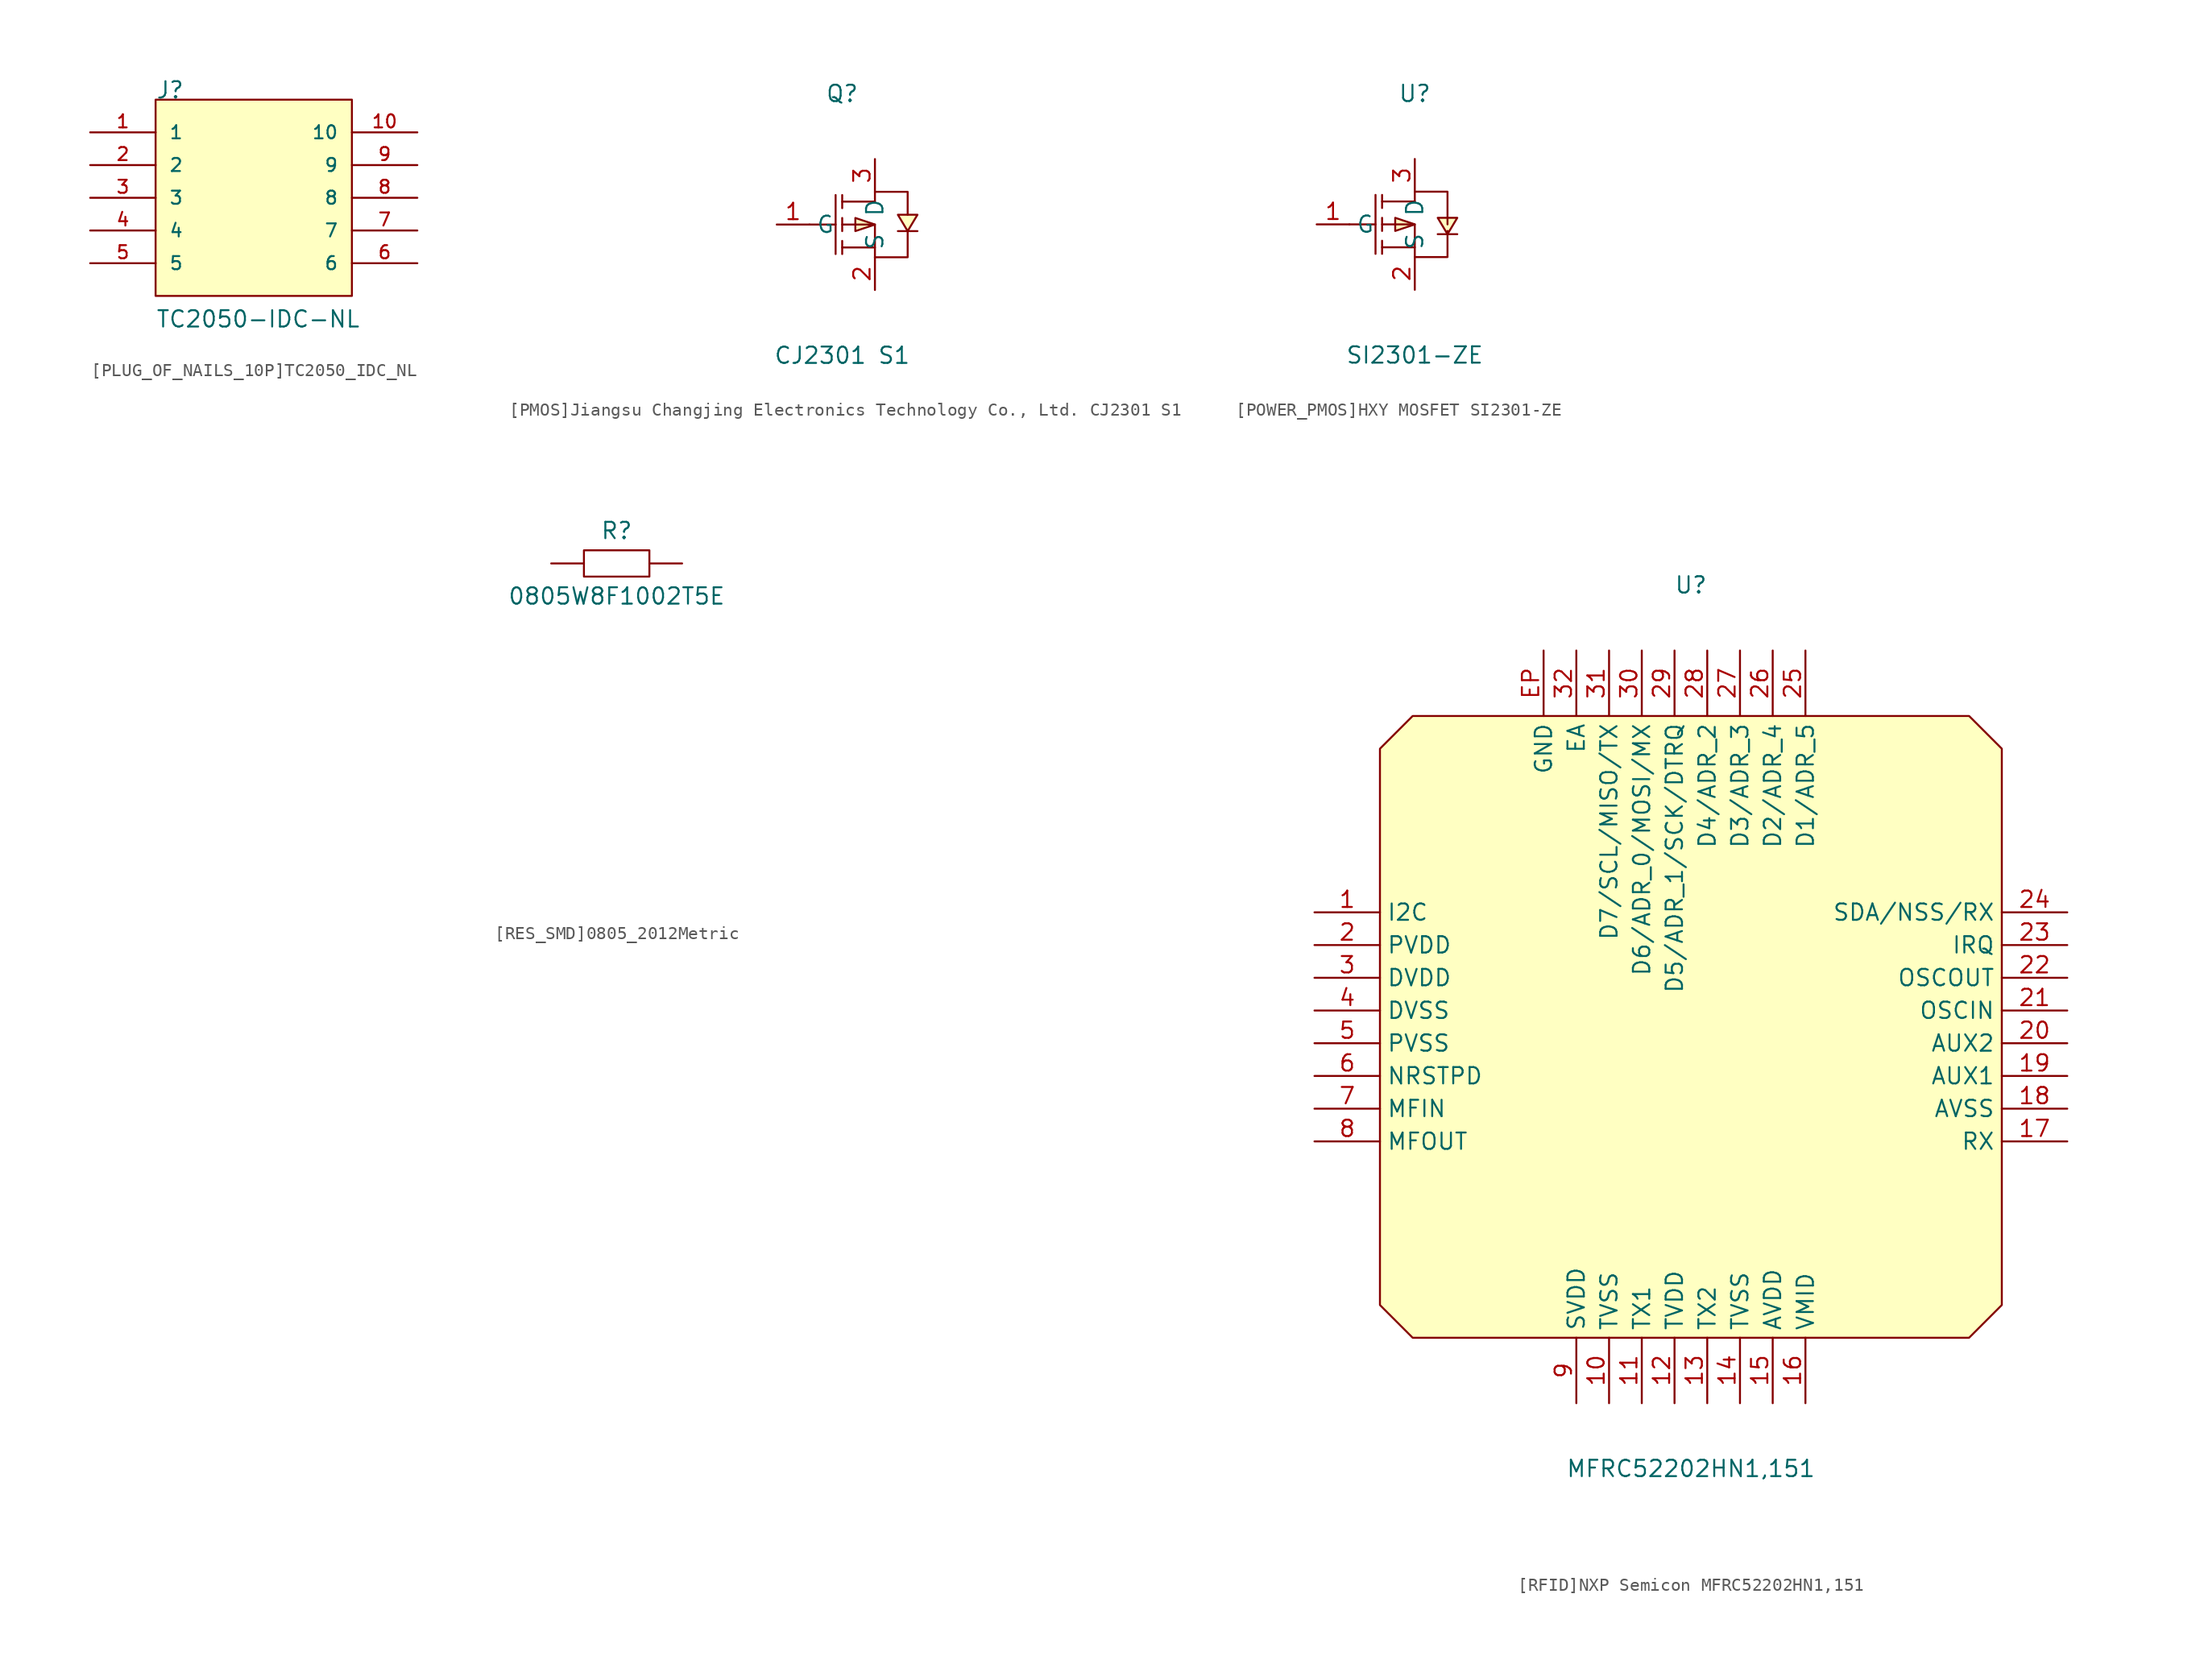
<source format=kicad_sym>
(kicad_symbol_lib
  (version 20220914)
  (generator kicad_symbol_editor)
  (symbol "[PLUG_OF_NAILS_10P]TC2050_IDC_NL"
    (pin_names
      (offset 1.016))
    (property "Reference" "J"
      (at -7.62 7.62 0)
      (effects (font (size 1.27 1.27)) (justify left bottom)))
    (property "Value" "TC2050-IDC-NL"
      (at -7.62 -10.16 0)
      (effects (font (size 1.27 1.27)) (justify left bottom)))
    (symbol "[PLUG_OF_NAILS_10P]TC2050_IDC_NL_0_1"
      (rectangle (start -7.62 7.62) (end 7.62 -7.62) (stroke (width 0.152) (type default)) (fill (type background)))
      (pin passive line (at -12.7 5.08 0) (length 5.08) (name "1" (effects (font (size 1.016 1.016)))) (number "1" (effects (font (size 1.016 1.016)))))
      (pin passive line (at 12.7 5.08 180) (length 5.08) (name "10" (effects (font (size 1.016 1.016)))) (number "10" (effects (font (size 1.016 1.016)))))
      (pin passive line (at -12.7 2.54 0) (length 5.08) (name "2" (effects (font (size 1.016 1.016)))) (number "2" (effects (font (size 1.016 1.016)))))
      (pin passive line (at -12.7 0 0) (length 5.08) (name "3" (effects (font (size 1.016 1.016)))) (number "3" (effects (font (size 1.016 1.016)))))
      (pin passive line (at -12.7 -2.54 0) (length 5.08) (name "4" (effects (font (size 1.016 1.016)))) (number "4" (effects (font (size 1.016 1.016)))))
      (pin passive line (at -12.7 -5.08 0) (length 5.08) (name "5" (effects (font (size 1.016 1.016)))) (number "5" (effects (font (size 1.016 1.016)))))
      (pin passive line (at 12.7 -5.08 180) (length 5.08) (name "6" (effects (font (size 1.016 1.016)))) (number "6" (effects (font (size 1.016 1.016)))))
      (pin passive line (at 12.7 -2.54 180) (length 5.08) (name "7" (effects (font (size 1.016 1.016)))) (number "7" (effects (font (size 1.016 1.016)))))
      (pin passive line (at 12.7 0 180) (length 5.08) (name "8" (effects (font (size 1.016 1.016)))) (number "8" (effects (font (size 1.016 1.016)))))
      (pin passive line (at 12.7 2.54 180) (length 5.08) (name "9" (effects (font (size 1.016 1.016)))) (number "9" (effects (font (size 1.016 1.016)))))))
  (symbol "[PMOS]Jiangsu Changjing Electronics Technology Co., Ltd. CJ2301 S1"
    (property "Reference" "Q"
      (at 0 10.16 0)
      (effects (font (size 1.27 1.27))))
    (property "Value" "CJ2301 S1"
      (at 0 -10.16 0)
      (effects (font (size 1.27 1.27))))
    (symbol "[PMOS]Jiangsu Changjing Electronics Technology Co., Ltd. CJ2301 S1_0_1"
      (polyline (pts (xy -2.54 0) (xy -0.51 0)) (stroke (width 0) (type default)) (fill (type none)))
      (polyline (pts (xy -0.51 2.29) (xy -0.51 -2.29)) (stroke (width 0) (type default)) (fill (type none)))
      (polyline (pts (xy 0 -2.29) (xy 0 -1.27)) (stroke (width 0) (type default)) (fill (type none)))
      (polyline (pts (xy 0 -0.51) (xy 0 0.51)) (stroke (width 0) (type default)) (fill (type none)))
      (polyline (pts (xy 0 1.27) (xy 0 2.29)) (stroke (width 0) (type default)) (fill (type none)))
      (polyline (pts (xy 2.54 -1.78) (xy 0 -1.78)) (stroke (width 0) (type default)) (fill (type none)))
      (polyline (pts (xy 2.54 1.78) (xy 0 1.78)) (stroke (width 0) (type default)) (fill (type none)))
      (polyline (pts (xy 0 0) (xy 2.54 0) (xy 2.54 -2.54)) (stroke (width 0) (type default)) (fill (type none)))
      (polyline (pts (xy 2.54 -2.54) (xy 5.08 -2.54) (xy 5.08 -0.51)) (stroke (width 0) (type default)) (fill (type none)))
      (polyline (pts (xy 2.54 0) (xy 1.02 0.51) (xy 1.02 -0.51) (xy 2.54 0)) (stroke (width 0) (type default)) (fill (type background)))
      (polyline (pts (xy 2.54 1.78) (xy 2.54 2.54) (xy 5.08 2.54) (xy 5.08 0.76)) (stroke (width 0) (type default)) (fill (type none)))
      (polyline (pts (xy 5.08 -0.51) (xy 5.84 0.76) (xy 4.32 0.76) (xy 5.08 -0.51)) (stroke (width 0) (type default)) (fill (type background)))
      (polyline (pts (xy 5.84 -0.51) (xy 5.59 -0.51) (xy 4.57 -0.51) (xy 4.32 -0.51)) (stroke (width 0) (type default)) (fill (type none)))
      (pin unspecified line (at -5.08 0 0) (length 2.54) (name "G" (effects (font (size 1.27 1.27)))) (number "1" (effects (font (size 1.27 1.27)))))
      (pin unspecified line (at 2.54 -5.08 90) (length 2.54) (name "S" (effects (font (size 1.27 1.27)))) (number "2" (effects (font (size 1.27 1.27)))))
      (pin unspecified line (at 2.54 5.08 270) (length 2.54) (name "D" (effects (font (size 1.27 1.27)))) (number "3" (effects (font (size 1.27 1.27)))))))
  (symbol "[POWER_PMOS]HXY MOSFET SI2301-ZE"
    (property "Reference" "U"
      (at 0 10.16 0)
      (effects (font (size 1.27 1.27))))
    (property "Value" "SI2301-ZE"
      (at 0 -10.16 0)
      (effects (font (size 1.27 1.27))))
    (symbol "[POWER_PMOS]HXY MOSFET SI2301-ZE_0_1"
      (polyline (pts (xy -5.08 0) (xy -3.05 0)) (stroke (width 0) (type default)) (fill (type none)))
      (polyline (pts (xy -3.05 2.29) (xy -3.05 -2.29)) (stroke (width 0) (type default)) (fill (type none)))
      (polyline (pts (xy -2.54 -2.29) (xy -2.54 -1.27)) (stroke (width 0) (type default)) (fill (type none)))
      (polyline (pts (xy -2.54 -0.51) (xy -2.54 0.51)) (stroke (width 0) (type default)) (fill (type none)))
      (polyline (pts (xy -2.54 1.27) (xy -2.54 2.29)) (stroke (width 0) (type default)) (fill (type none)))
      (polyline (pts (xy 0 -1.78) (xy -2.54 -1.78)) (stroke (width 0) (type default)) (fill (type none)))
      (polyline (pts (xy 0 1.78) (xy -2.54 1.78)) (stroke (width 0) (type default)) (fill (type none)))
      (polyline (pts (xy -2.54 0) (xy 0 0) (xy 0 -2.54)) (stroke (width 0) (type default)) (fill (type none)))
      (polyline (pts (xy 0 -2.54) (xy 2.54 -2.54) (xy 2.54 -0.51)) (stroke (width 0) (type default)) (fill (type none)))
      (polyline (pts (xy 0 0) (xy -1.52 0.51) (xy -1.52 -0.51) (xy 0 0)) (stroke (width 0) (type default)) (fill (type background)))
      (polyline (pts (xy 0 1.78) (xy 0 2.54) (xy 2.54 2.54) (xy 2.54 0)) (stroke (width 0) (type default)) (fill (type none)))
      (polyline (pts (xy 1.78 -0.76) (xy 2.03 -0.76) (xy 3.05 -0.76) (xy 3.3 -0.76)) (stroke (width 0) (type default)) (fill (type none)))
      (polyline (pts (xy 2.54 -0.76) (xy 1.78 0.51) (xy 3.3 0.51) (xy 2.54 -0.76)) (stroke (width 0) (type default)) (fill (type background)))
      (pin unspecified line (at -7.62 0 0) (length 2.54) (name "G" (effects (font (size 1.27 1.27)))) (number "1" (effects (font (size 1.27 1.27)))))
      (pin unspecified line (at 0 -5.08 90) (length 2.54) (name "S" (effects (font (size 1.27 1.27)))) (number "2" (effects (font (size 1.27 1.27)))))
      (pin unspecified line (at 0 5.08 270) (length 2.54) (name "D" (effects (font (size 1.27 1.27)))) (number "3" (effects (font (size 1.27 1.27)))))))
  (symbol "[RES_SMD]0805_2012Metric"
    (pin_numbers hide)
    (property "Reference" "R"
      (at 0 2.54 0)
      (effects (font (size 1.27 1.27))))
    (property "Value" "0805W8F1002T5E"
      (at 0 -2.54 0)
      (effects (font (size 1.27 1.27))))
    (symbol "[RES_SMD]0805_2012Metric_1_1"
      (rectangle (start -2.54 1.02) (end 2.54 -1.02) (stroke (width 0) (type default)) (fill (type none)))
      (text private "This is a general symbol for 0805 SMD resistors.\nPick the right component value for the actual customer specific resistors." (at 0 -22.86 0) (effects (font (size 1.27 1.27) (color 255 0 0 1))))
      (pin passive line (at -5.08 0 0) (length 2.54) (name "~" (effects (font (size 1.27 1.27)))) (number "1" (effects (font (size 1.27 1.27)))))
      (pin passive line (at 5.08 0 180) (length 2.54) (name "~" (effects (font (size 1.27 1.27)))) (number "2" (effects (font (size 1.27 1.27)))))))
  (symbol "[RFID]NXP Semicon MFRC52202HN1,151"
    (property "Reference" "U"
      (at 0 34.29 0)
      (effects (font (size 1.27 1.27))))
    (property "Value" "MFRC52202HN1,151"
      (at 0 -34.29 0)
      (effects (font (size 1.27 1.27))))
    (symbol "[RFID]NXP Semicon MFRC52202HN1,151_0_1"
      (polyline (pts (xy -21.59 24.13) (xy 21.59 24.13) (xy 24.13 21.59) (xy 24.13 -21.59) (xy 21.59 -24.13) (xy -21.59 -24.13) (xy -24.13 -21.59) (xy -24.13 21.59) (xy -21.59 24.13)) (stroke (width 0) (type default)) (fill (type background)))
      (pin unspecified line (at -29.21 8.89 0) (length 5.08) (name "I2C" (effects (font (size 1.27 1.27)))) (number "1" (effects (font (size 1.27 1.27)))))
      (pin unspecified line (at -6.35 -29.21 90) (length 5.08) (name "TVSS" (effects (font (size 1.27 1.27)))) (number "10" (effects (font (size 1.27 1.27)))))
      (pin unspecified line (at -3.81 -29.21 90) (length 5.08) (name "TX1" (effects (font (size 1.27 1.27)))) (number "11" (effects (font (size 1.27 1.27)))))
      (pin unspecified line (at -1.27 -29.21 90) (length 5.08) (name "TVDD" (effects (font (size 1.27 1.27)))) (number "12" (effects (font (size 1.27 1.27)))))
      (pin unspecified line (at 1.27 -29.21 90) (length 5.08) (name "TX2" (effects (font (size 1.27 1.27)))) (number "13" (effects (font (size 1.27 1.27)))))
      (pin unspecified line (at 3.81 -29.21 90) (length 5.08) (name "TVSS" (effects (font (size 1.27 1.27)))) (number "14" (effects (font (size 1.27 1.27)))))
      (pin unspecified line (at 6.35 -29.21 90) (length 5.08) (name "AVDD" (effects (font (size 1.27 1.27)))) (number "15" (effects (font (size 1.27 1.27)))))
      (pin unspecified line (at 8.89 -29.21 90) (length 5.08) (name "VMID" (effects (font (size 1.27 1.27)))) (number "16" (effects (font (size 1.27 1.27)))))
      (pin unspecified line (at 29.21 -8.89 180) (length 5.08) (name "RX" (effects (font (size 1.27 1.27)))) (number "17" (effects (font (size 1.27 1.27)))))
      (pin unspecified line (at 29.21 -6.35 180) (length 5.08) (name "AVSS" (effects (font (size 1.27 1.27)))) (number "18" (effects (font (size 1.27 1.27)))))
      (pin unspecified line (at 29.21 -3.81 180) (length 5.08) (name "AUX1" (effects (font (size 1.27 1.27)))) (number "19" (effects (font (size 1.27 1.27)))))
      (pin unspecified line (at -29.21 6.35 0) (length 5.08) (name "PVDD" (effects (font (size 1.27 1.27)))) (number "2" (effects (font (size 1.27 1.27)))))
      (pin unspecified line (at 29.21 -1.27 180) (length 5.08) (name "AUX2" (effects (font (size 1.27 1.27)))) (number "20" (effects (font (size 1.27 1.27)))))
      (pin unspecified line (at 29.21 1.27 180) (length 5.08) (name "OSCIN" (effects (font (size 1.27 1.27)))) (number "21" (effects (font (size 1.27 1.27)))))
      (pin unspecified line (at 29.21 3.81 180) (length 5.08) (name "OSCOUT" (effects (font (size 1.27 1.27)))) (number "22" (effects (font (size 1.27 1.27)))))
      (pin unspecified line (at 29.21 6.35 180) (length 5.08) (name "IRQ" (effects (font (size 1.27 1.27)))) (number "23" (effects (font (size 1.27 1.27)))))
      (pin unspecified line (at 29.21 8.89 180) (length 5.08) (name "SDA/NSS/RX" (effects (font (size 1.27 1.27)))) (number "24" (effects (font (size 1.27 1.27)))))
      (pin unspecified line (at 8.89 29.21 270) (length 5.08) (name "D1/ADR_5" (effects (font (size 1.27 1.27)))) (number "25" (effects (font (size 1.27 1.27)))))
      (pin unspecified line (at 6.35 29.21 270) (length 5.08) (name "D2/ADR_4" (effects (font (size 1.27 1.27)))) (number "26" (effects (font (size 1.27 1.27)))))
      (pin unspecified line (at 3.81 29.21 270) (length 5.08) (name "D3/ADR_3" (effects (font (size 1.27 1.27)))) (number "27" (effects (font (size 1.27 1.27)))))
      (pin unspecified line (at 1.27 29.21 270) (length 5.08) (name "D4/ADR_2" (effects (font (size 1.27 1.27)))) (number "28" (effects (font (size 1.27 1.27)))))
      (pin unspecified line (at -1.27 29.21 270) (length 5.08) (name "D5/ADR_1/SCK/DTRQ" (effects (font (size 1.27 1.27)))) (number "29" (effects (font (size 1.27 1.27)))))
      (pin unspecified line (at -29.21 3.81 0) (length 5.08) (name "DVDD" (effects (font (size 1.27 1.27)))) (number "3" (effects (font (size 1.27 1.27)))))
      (pin unspecified line (at -3.81 29.21 270) (length 5.08) (name "D6/ADR_0/MOSI/MX" (effects (font (size 1.27 1.27)))) (number "30" (effects (font (size 1.27 1.27)))))
      (pin unspecified line (at -6.35 29.21 270) (length 5.08) (name "D7/SCL/MISO/TX" (effects (font (size 1.27 1.27)))) (number "31" (effects (font (size 1.27 1.27)))))
      (pin unspecified line (at -8.89 29.21 270) (length 5.08) (name "EA" (effects (font (size 1.27 1.27)))) (number "32" (effects (font (size 1.27 1.27)))))
      (pin unspecified line (at -29.21 1.27 0) (length 5.08) (name "DVSS" (effects (font (size 1.27 1.27)))) (number "4" (effects (font (size 1.27 1.27)))))
      (pin unspecified line (at -29.21 -1.27 0) (length 5.08) (name "PVSS" (effects (font (size 1.27 1.27)))) (number "5" (effects (font (size 1.27 1.27)))))
      (pin unspecified line (at -29.21 -3.81 0) (length 5.08) (name "NRSTPD" (effects (font (size 1.27 1.27)))) (number "6" (effects (font (size 1.27 1.27)))))
      (pin unspecified line (at -29.21 -6.35 0) (length 5.08) (name "MFIN" (effects (font (size 1.27 1.27)))) (number "7" (effects (font (size 1.27 1.27)))))
      (pin unspecified line (at -29.21 -8.89 0) (length 5.08) (name "MFOUT" (effects (font (size 1.27 1.27)))) (number "8" (effects (font (size 1.27 1.27)))))
      (pin unspecified line (at -8.89 -29.21 90) (length 5.08) (name "SVDD" (effects (font (size 1.27 1.27)))) (number "9" (effects (font (size 1.27 1.27)))))
      (pin unspecified line (at -11.43 29.21 270) (length 5.08) (name "GND" (effects (font (size 1.27 1.27)))) (number "EP" (effects (font (size 1.27 1.27))))))))
</source>
